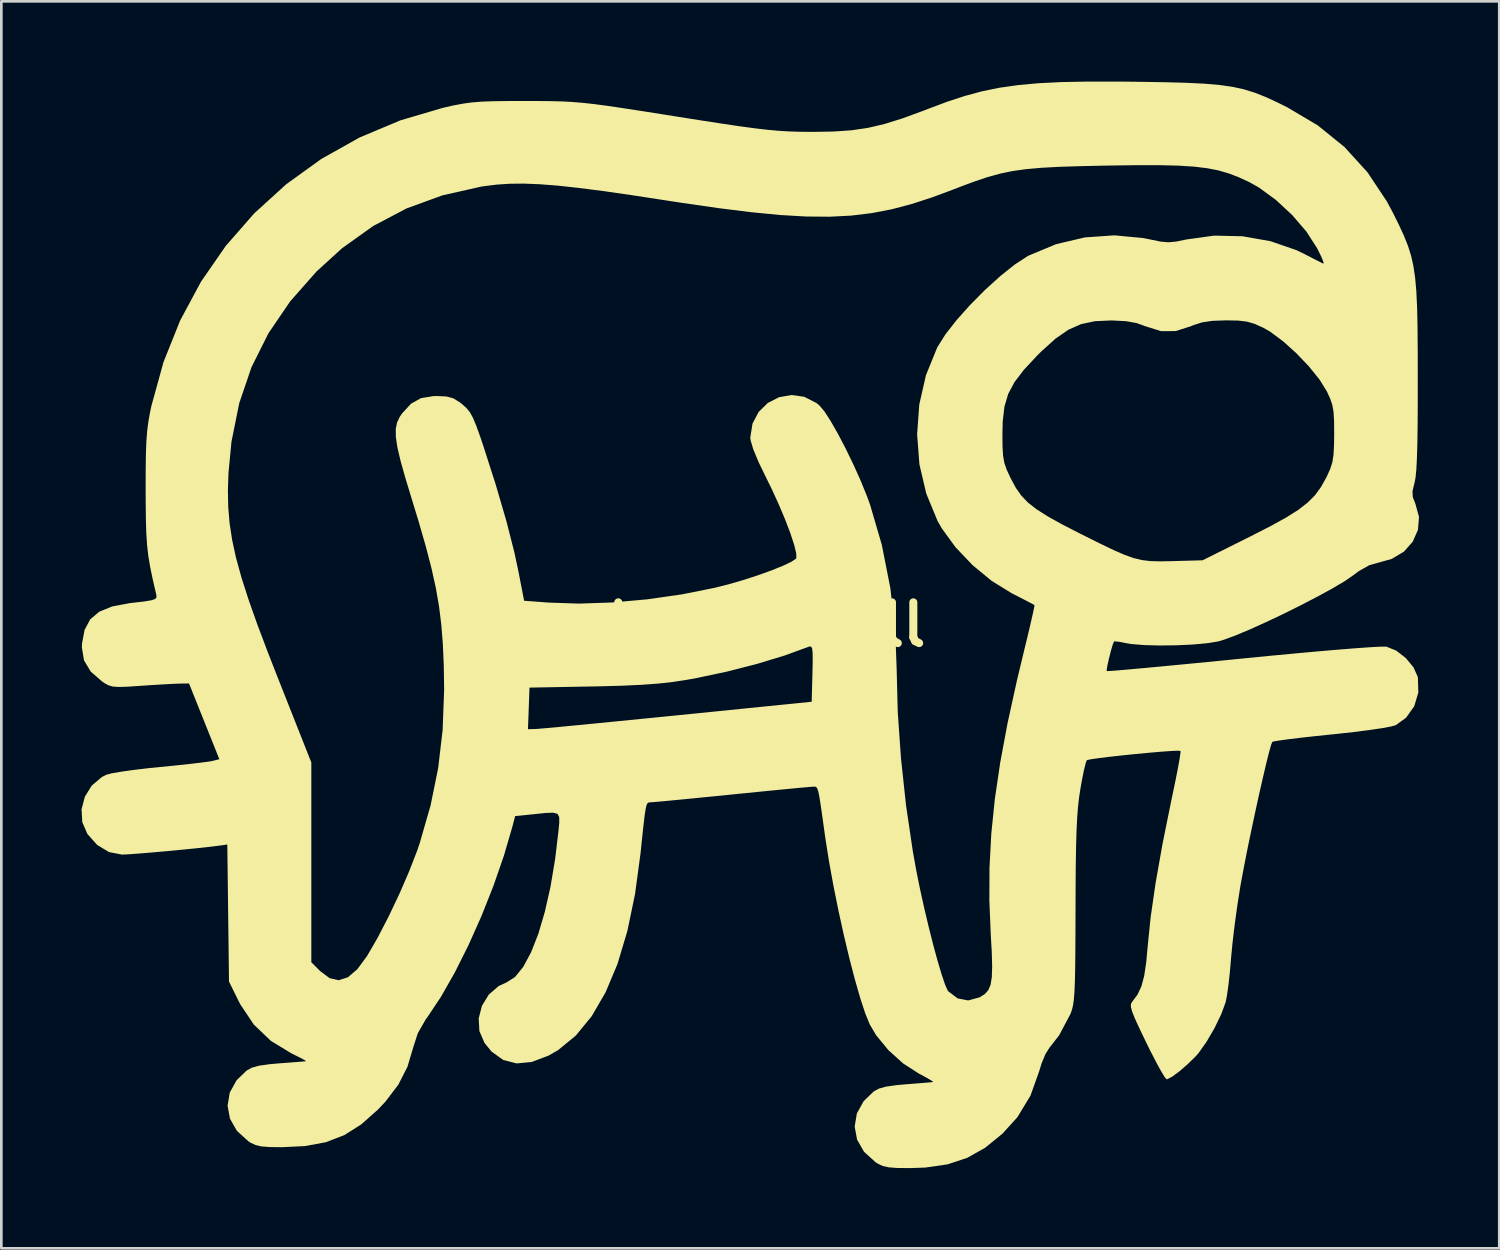
<source format=kicad_pcb>
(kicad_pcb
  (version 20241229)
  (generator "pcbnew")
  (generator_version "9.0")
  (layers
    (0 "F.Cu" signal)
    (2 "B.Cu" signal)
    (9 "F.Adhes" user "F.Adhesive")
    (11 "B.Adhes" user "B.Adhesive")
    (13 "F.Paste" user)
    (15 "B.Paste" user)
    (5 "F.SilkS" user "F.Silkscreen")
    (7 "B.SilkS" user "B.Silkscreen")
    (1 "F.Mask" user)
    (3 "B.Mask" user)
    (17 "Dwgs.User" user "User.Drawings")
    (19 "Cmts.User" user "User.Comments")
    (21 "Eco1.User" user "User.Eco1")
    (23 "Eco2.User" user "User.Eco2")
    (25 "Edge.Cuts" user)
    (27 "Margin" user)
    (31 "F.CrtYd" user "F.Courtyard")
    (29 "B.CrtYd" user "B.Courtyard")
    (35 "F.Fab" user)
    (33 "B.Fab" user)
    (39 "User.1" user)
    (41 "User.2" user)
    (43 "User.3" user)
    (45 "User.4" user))
  (footprint "sloth_small"
    (layer "F.Cu")
    (at 25.002 20.305)
    (property "Reference" "sloth_small" (at 0 0 0) (layer "F.SilkS") (effects (font (size 1.524 1.524) (thickness 0.3))))
    (attr board_only exclude_from_pos_files exclude_from_bom)
    (fp_poly (pts (xy 13.753 -20.305) (xy 14.507 -20.297) (xy 15.491 -20.281) (xy 16.307 -20.259) (xy 16.984 -20.226) (xy 17.549 -20.177) (xy 18.032 -20.108) (xy 18.46 -20.014) (xy 18.862 -19.89) (xy 19.264 -19.731) (xy 19.696 -19.532) (xy 20.076 -19.344) (xy 21.218 -18.667) (xy 22.217 -17.858) (xy 23.077 -16.913) (xy 23.799 -15.828) (xy 24.035 -15.387) (xy 24.257 -14.937) (xy 24.44 -14.54) (xy 24.588 -14.17) (xy 24.705 -13.802) (xy 24.793 -13.412) (xy 24.858 -12.974) (xy 24.903 -12.464) (xy 24.932 -11.857) (xy 24.948 -11.127) (xy 24.955 -10.25) (xy 24.957 -9.281) (xy 24.956 -8.258) (xy 24.951 -7.414) (xy 24.94 -6.733) (xy 24.924 -6.199) (xy 24.903 -5.796) (xy 24.874 -5.506) (xy 24.839 -5.315) (xy 24.832 -5.29) (xy 24.76 -4.994) (xy 24.769 -4.774) (xy 24.864 -4.526) (xy 24.867 -4.519) (xy 25.003 -4.029) (xy 24.964 -3.546) (xy 24.769 -3.102) (xy 24.437 -2.729) (xy 23.988 -2.459) (xy 23.557 -2.338) (xy 23.152 -2.226) (xy 22.755 -2.003) (xy 22.548 -1.849) (xy 22.239 -1.635) (xy 21.788 -1.367) (xy 21.232 -1.062) (xy 20.607 -0.737) (xy 19.948 -0.409) (xy 19.292 -0.098) (xy 18.674 0.181) (xy 18.13 0.409) (xy 17.697 0.568) (xy 17.49 0.628) (xy 17.072 0.695) (xy 16.532 0.744) (xy 15.924 0.772) (xy 15.306 0.779) (xy 14.732 0.764) (xy 14.258 0.726) (xy 14.022 0.687) (xy 13.772 0.638) (xy 13.618 0.625) (xy 13.6 0.63) (xy 13.553 0.743) (xy 13.485 0.972) (xy 13.414 1.252) (xy 13.355 1.515) (xy 13.326 1.695) (xy 13.329 1.736) (xy 13.43 1.733) (xy 13.707 1.713) (xy 14.142 1.675) (xy 14.717 1.623) (xy 15.414 1.558) (xy 16.213 1.482) (xy 17.098 1.396) (xy 18.049 1.302) (xy 18.408 1.266) (xy 19.431 1.165) (xy 20.39 1.075) (xy 21.267 0.995) (xy 22.044 0.929) (xy 22.701 0.877) (xy 23.222 0.841) (xy 23.587 0.822) (xy 23.779 0.823) (xy 23.791 0.825) (xy 24.155 0.973) (xy 24.51 1.249) (xy 24.797 1.595) (xy 24.957 1.954) (xy 24.962 1.979) (xy 24.978 2.537) (xy 24.825 3.049) (xy 24.521 3.478) (xy 24.139 3.756) (xy 23.963 3.807) (xy 23.623 3.87) (xy 23.148 3.94) (xy 22.57 4.014) (xy 21.918 4.086) (xy 21.733 4.105) (xy 21.105 4.17) (xy 20.544 4.233) (xy 20.078 4.29) (xy 19.736 4.338) (xy 19.546 4.372) (xy 19.519 4.382) (xy 19.472 4.5) (xy 19.393 4.781) (xy 19.289 5.198) (xy 19.166 5.721) (xy 19.029 6.323) (xy 18.886 6.976) (xy 18.742 7.651) (xy 18.603 8.32) (xy 18.477 8.955) (xy 18.369 9.528) (xy 18.317 9.818) (xy 18.215 10.466) (xy 18.117 11.176) (xy 18.034 11.866) (xy 17.977 12.455) (xy 17.973 12.505) (xy 17.929 13.014) (xy 17.876 13.49) (xy 17.821 13.878) (xy 17.773 14.117) (xy 17.606 14.571) (xy 17.356 15.086) (xy 17.064 15.588) (xy 16.769 16.006) (xy 16.651 16.143) (xy 16.35 16.437) (xy 16.046 16.7) (xy 15.781 16.896) (xy 15.596 16.994) (xy 15.566 16.998) (xy 15.493 16.915) (xy 15.354 16.685) (xy 15.165 16.338) (xy 14.942 15.905) (xy 14.806 15.628) (xy 14.554 15.104) (xy 14.38 14.726) (xy 14.276 14.465) (xy 14.23 14.293) (xy 14.234 14.181) (xy 14.278 14.1) (xy 14.288 14.089) (xy 14.48 13.829) (xy 14.623 13.524) (xy 14.727 13.136) (xy 14.804 12.626) (xy 14.858 12.032) (xy 14.969 10.938) (xy 15.154 9.664) (xy 15.411 8.209) (xy 15.742 6.573) (xy 15.786 6.365) (xy 15.897 5.833) (xy 15.988 5.37) (xy 16.053 5.009) (xy 16.086 4.783) (xy 16.085 4.721) (xy 15.976 4.713) (xy 15.712 4.725) (xy 15.33 4.753) (xy 14.869 4.793) (xy 14.367 4.841) (xy 13.862 4.893) (xy 13.393 4.945) (xy 12.999 4.995) (xy 12.716 5.036) (xy 12.585 5.067) (xy 12.581 5.07) (xy 12.538 5.186) (xy 12.473 5.453) (xy 12.398 5.827) (xy 12.34 6.156) (xy 12.291 6.48) (xy 12.252 6.828) (xy 12.222 7.225) (xy 12.199 7.696) (xy 12.182 8.267) (xy 12.17 8.963) (xy 12.164 9.807) (xy 12.161 10.648) (xy 12.158 11.575) (xy 12.153 12.327) (xy 12.146 12.927) (xy 12.135 13.396) (xy 12.119 13.755) (xy 12.097 14.025) (xy 12.068 14.229) (xy 12.031 14.387) (xy 11.985 14.522) (xy 11.971 14.556) (xy 11.548 15.353) (xy 11.18 15.826) (xy 11.039 16.051) (xy 10.897 16.388) (xy 10.803 16.694) (xy 10.477 17.608) (xy 9.986 18.417) (xy 9.432 19.029) (xy 8.78 19.559) (xy 8.108 19.937) (xy 7.376 20.179) (xy 6.541 20.299) (xy 5.949 20.319) (xy 5.491 20.314) (xy 5.176 20.29) (xy 4.952 20.24) (xy 4.768 20.153) (xy 4.682 20.098) (xy 4.252 19.708) (xy 3.993 19.254) (xy 3.903 18.766) (xy 3.985 18.275) (xy 4.24 17.815) (xy 4.615 17.453) (xy 4.808 17.347) (xy 5.083 17.271) (xy 5.483 17.215) (xy 5.836 17.184) (xy 6.247 17.152) (xy 6.58 17.125) (xy 6.79 17.106) (xy 6.838 17.1) (xy 6.785 17.053) (xy 6.597 16.942) (xy 6.315 16.791) (xy 6.31 16.789) (xy 5.716 16.406) (xy 5.162 15.907) (xy 4.704 15.349) (xy 4.467 14.947) (xy 4.3 14.538) (xy 4.112 13.966) (xy 3.91 13.263) (xy 3.701 12.458) (xy 3.492 11.583) (xy 3.292 10.668) (xy 3.106 9.743) (xy 2.942 8.841) (xy 2.808 7.99) (xy 2.79 7.864) (xy 2.702 7.232) (xy 2.636 6.767) (xy 2.585 6.445) (xy 2.543 6.238) (xy 2.505 6.122) (xy 2.463 6.07) (xy 2.413 6.057) (xy 2.365 6.057) (xy 2.228 6.067) (xy 1.923 6.094) (xy 1.475 6.136) (xy 0.91 6.191) (xy 0.253 6.256) (xy -0.469 6.328) (xy -0.684 6.35) (xy -1.42 6.424) (xy -2.097 6.491) (xy -2.691 6.549) (xy -3.175 6.595) (xy -3.523 6.627) (xy -3.71 6.642) (xy -3.731 6.643) (xy -3.791 6.646) (xy -3.839 6.672) (xy -3.878 6.746) (xy -3.913 6.894) (xy -3.951 7.141) (xy -3.994 7.512) (xy -4.05 8.033) (xy -4.103 8.548) (xy -4.31 10.082) (xy -4.598 11.463) (xy -4.965 12.687) (xy -5.41 13.747) (xy -5.93 14.641) (xy -6.523 15.364) (xy -7.186 15.909) (xy -7.541 16.113) (xy -8.171 16.351) (xy -8.737 16.405) (xy -9.239 16.275) (xy -9.676 15.96) (xy -9.938 15.638) (xy -10.128 15.196) (xy -10.154 14.719) (xy -10.033 14.251) (xy -9.78 13.835) (xy -9.41 13.514) (xy -9.117 13.378) (xy -8.798 13.177) (xy -8.489 12.795) (xy -8.196 12.251) (xy -7.924 11.558) (xy -7.68 10.733) (xy -7.468 9.792) (xy -7.294 8.751) (xy -7.175 7.742) (xy -7.142 7.411) (xy -7.143 7.196) (xy -7.207 7.075) (xy -7.366 7.03) (xy -7.652 7.041) (xy -8.097 7.087) (xy -8.192 7.097) (xy -8.792 7.159) (xy -8.897 7.561) (xy -9.214 8.646) (xy -9.605 9.772) (xy -10.052 10.899) (xy -10.539 11.99) (xy -11.049 13.008) (xy -11.564 13.913) (xy -12.068 14.669) (xy -12.137 14.762) (xy -12.43 15.274) (xy -12.593 15.777) (xy -12.818 16.53) (xy -13.156 17.196) (xy -13.638 17.83) (xy -13.919 18.129) (xy -14.542 18.682) (xy -15.175 19.084) (xy -15.861 19.349) (xy -16.64 19.495) (xy -17.497 19.537) (xy -17.955 19.532) (xy -18.271 19.509) (xy -18.494 19.458) (xy -18.678 19.372) (xy -18.765 19.316) (xy -19.194 18.927) (xy -19.454 18.472) (xy -19.543 17.984) (xy -19.461 17.494) (xy -19.206 17.034) (xy -18.831 16.672) (xy -18.638 16.566) (xy -18.363 16.489) (xy -17.963 16.433) (xy -17.61 16.402) (xy -17.199 16.371) (xy -16.866 16.345) (xy -16.656 16.328) (xy -16.608 16.323) (xy -16.663 16.281) (xy -16.854 16.179) (xy -17.14 16.038) (xy -17.145 16.036) (xy -17.922 15.564) (xy -18.561 14.954) (xy -19.063 14.204) (xy -19.122 14.09) (xy -19.49 13.346) (xy -19.553 8.221) (xy -19.863 8.264) (xy -20.212 8.307) (xy -20.678 8.358) (xy -21.217 8.412) (xy -21.785 8.466) (xy -22.339 8.515) (xy -22.834 8.556) (xy -23.228 8.585) (xy -23.476 8.597) (xy -23.493 8.597) (xy -23.977 8.503) (xy -24.423 8.233) (xy -24.787 7.823) (xy -24.976 7.381) (xy -25.002 6.902) (xy -24.879 6.432) (xy -24.62 6.015) (xy -24.241 5.695) (xy -24.076 5.611) (xy -23.882 5.56) (xy -23.532 5.499) (xy -23.064 5.433) (xy -22.519 5.368) (xy -22.073 5.323) (xy -21.498 5.266) (xy -20.975 5.21) (xy -20.542 5.159) (xy -20.236 5.119) (xy -20.11 5.096) (xy -19.851 5.031) (xy -20.418 3.615) (xy -20.985 2.198) (xy -21.361 2.205) (xy -21.615 2.215) (xy -22.005 2.236) (xy -22.47 2.265) (xy -22.811 2.288) (xy -23.286 2.32) (xy -23.611 2.33) (xy -23.832 2.315) (xy -23.994 2.269) (xy -24.143 2.188) (xy -24.225 2.133) (xy -24.659 1.756) (xy -24.911 1.337) (xy -24.991 0.852) (xy -24.985 0.704) (xy -24.889 0.195) (xy -24.681 -0.196) (xy -24.343 -0.483) (xy -23.856 -0.681) (xy -23.204 -0.804) (xy -23.102 -0.816) (xy -22.669 -0.866) (xy -22.397 -0.91) (xy -22.252 -0.959) (xy -22.2 -1.024) (xy -22.208 -1.118) (xy -22.208 -1.119) (xy -22.338 -1.678) (xy -22.435 -2.144) (xy -22.506 -2.563) (xy -22.553 -2.977) (xy -22.583 -3.432) (xy -22.598 -3.972) (xy -22.605 -4.64) (xy -22.606 -5.02) (xy -19.531 -5.02) (xy -19.519 -4.405) (xy -19.468 -3.796) (xy -19.373 -3.17) (xy -19.228 -2.503) (xy -19.027 -1.772) (xy -18.765 -0.953) (xy -18.436 -0.023) (xy -18.034 1.043) (xy -17.673 1.966) (xy -16.412 5.153) (xy -16.412 12.622) (xy -16.08 12.954) (xy -15.73 13.217) (xy -15.386 13.294) (xy -15.042 13.183) (xy -14.691 12.882) (xy -14.328 12.389) (xy -14.314 12.365) (xy -13.929 11.699) (xy -13.521 10.911) (xy -13.119 10.064) (xy -12.755 9.224) (xy -12.457 8.455) (xy -12.363 8.182) (xy -11.954 6.762) (xy -11.67 5.367) (xy -11.503 3.942) (xy -11.501 3.908) (xy -8.312 3.908) (xy -8.039 3.902) (xy -7.891 3.892) (xy -7.568 3.863) (xy -7.089 3.819) (xy -6.475 3.76) (xy -5.743 3.689) (xy -4.914 3.607) (xy -4.008 3.517) (xy -3.043 3.421) (xy -2.735 3.39) (xy 2.296 2.882) (xy 2.324 1.82) (xy 2.334 1.355) (xy 2.331 1.053) (xy 2.312 0.884) (xy 2.271 0.817) (xy 2.204 0.819) (xy 2.177 0.829) (xy 1.285 1.154) (xy 0.255 1.467) (xy -0.856 1.752) (xy -1.991 1.993) (xy -2.393 2.066) (xy -2.9 2.143) (xy -3.439 2.203) (xy -4.049 2.248) (xy -4.767 2.282) (xy -5.632 2.306) (xy -5.91 2.311) (xy -8.255 2.354) (xy -8.283 3.131) (xy -8.312 3.908) (xy -11.501 3.908) (xy -11.446 2.433) (xy -11.46 1.518) (xy -11.494 0.732) (xy -11.551 0.012) (xy -11.636 -0.678) (xy -11.757 -1.375) (xy -11.921 -2.116) (xy -12.135 -2.938) (xy -12.406 -3.877) (xy -12.662 -4.715) (xy -12.901 -5.501) (xy -13.077 -6.129) (xy -13.193 -6.623) (xy -13.251 -7.007) (xy -13.256 -7.308) (xy -13.209 -7.551) (xy -13.113 -7.759) (xy -13.022 -7.894) (xy -12.682 -8.263) (xy -12.309 -8.47) (xy -11.842 -8.546) (xy -11.725 -8.548) (xy -11.364 -8.532) (xy -11.107 -8.464) (xy -10.866 -8.316) (xy -10.78 -8.249) (xy -10.619 -8.107) (xy -10.488 -7.948) (xy -10.368 -7.732) (xy -10.239 -7.423) (xy -10.083 -6.984) (xy -9.987 -6.7) (xy -9.508 -5.207) (xy -9.119 -3.873) (xy -8.82 -2.701) (xy -8.668 -1.986) (xy -8.456 -0.894) (xy -7.525 -0.824) (xy -6.395 -0.787) (xy -5.15 -0.83) (xy -3.851 -0.947) (xy -2.558 -1.132) (xy -1.332 -1.378) (xy -0.812 -1.509) (xy -0.255 -1.67) (xy 0.291 -1.848) (xy 0.793 -2.028) (xy 1.219 -2.2) (xy 1.533 -2.348) (xy 1.703 -2.461) (xy 1.722 -2.488) (xy 1.718 -2.67) (xy 1.638 -2.995) (xy 1.494 -3.431) (xy 1.297 -3.948) (xy 1.058 -4.512) (xy 0.791 -5.094) (xy 0.617 -5.446) (xy 0.314 -6.071) (xy 0.111 -6.558) (xy 0.011 -6.897) (xy 0 -6.997) (xy 0.084 -7.52) (xy 0.314 -7.955) (xy 0.656 -8.289) (xy 1.077 -8.504) (xy 1.542 -8.586) (xy 2.019 -8.519) (xy 2.474 -8.286) (xy 2.582 -8.199) (xy 2.767 -7.98) (xy 3.005 -7.614) (xy 3.278 -7.135) (xy 3.569 -6.579) (xy 3.859 -5.98) (xy 4.131 -5.374) (xy 4.366 -4.795) (xy 4.479 -4.486) (xy 4.919 -2.981) (xy 5.236 -1.372) (xy 5.423 0.286) (xy 5.472 1.632) (xy 5.514 3.267) (xy 5.635 5.003) (xy 5.825 6.767) (xy 6.079 8.483) (xy 6.214 9.232) (xy 6.353 9.916) (xy 6.509 10.621) (xy 6.675 11.319) (xy 6.842 11.98) (xy 7.005 12.575) (xy 7.154 13.076) (xy 7.281 13.452) (xy 7.38 13.676) (xy 7.404 13.71) (xy 7.754 13.974) (xy 8.15 14.05) (xy 8.57 13.935) (xy 8.588 13.926) (xy 8.767 13.813) (xy 8.897 13.669) (xy 8.984 13.466) (xy 9.031 13.177) (xy 9.044 12.772) (xy 9.028 12.226) (xy 8.992 11.601) (xy 8.939 10.33) (xy 8.944 9.08) (xy 9.011 7.819) (xy 9.144 6.519) (xy 9.346 5.15) (xy 9.62 3.68) (xy 9.971 2.082) (xy 10.222 1.036) (xy 10.357 0.482) (xy 10.471 -0.001) (xy 10.559 -0.385) (xy 10.613 -0.639) (xy 10.626 -0.733) (xy 10.533 -0.783) (xy 10.306 -0.902) (xy 9.983 -1.068) (xy 9.769 -1.177) (xy 9.026 -1.636) (xy 8.311 -2.225) (xy 7.673 -2.895) (xy 7.16 -3.601) (xy 7.002 -3.878) (xy 6.58 -4.9) (xy 6.325 -5.988) (xy 6.238 -7.11) (xy 6.239 -7.129) (xy 9.427 -7.129) (xy 9.431 -6.655) (xy 9.452 -6.315) (xy 9.499 -6.049) (xy 9.586 -5.797) (xy 9.724 -5.499) (xy 9.75 -5.447) (xy 9.93 -5.114) (xy 10.13 -4.829) (xy 10.377 -4.57) (xy 10.697 -4.318) (xy 11.116 -4.051) (xy 11.66 -3.749) (xy 12.355 -3.392) (xy 12.407 -3.366) (xy 13.063 -3.039) (xy 13.579 -2.791) (xy 13.992 -2.611) (xy 14.336 -2.488) (xy 14.646 -2.414) (xy 14.957 -2.377) (xy 15.305 -2.367) (xy 15.725 -2.374) (xy 15.807 -2.376) (xy 16.911 -2.406) (xy 18.695 -3.297) (xy 19.438 -3.676) (xy 20.026 -4) (xy 20.485 -4.289) (xy 20.839 -4.563) (xy 21.115 -4.841) (xy 21.337 -5.144) (xy 21.532 -5.492) (xy 21.559 -5.547) (xy 21.683 -5.82) (xy 21.762 -6.068) (xy 21.806 -6.347) (xy 21.826 -6.717) (xy 21.831 -7.126) (xy 21.828 -7.608) (xy 21.808 -7.952) (xy 21.761 -8.216) (xy 21.678 -8.46) (xy 21.557 -8.722) (xy 21.282 -9.165) (xy 20.885 -9.657) (xy 20.413 -10.152) (xy 19.914 -10.6) (xy 19.435 -10.955) (xy 19.175 -11.104) (xy 18.855 -11.247) (xy 18.571 -11.33) (xy 18.246 -11.369) (xy 17.806 -11.377) (xy 17.78 -11.377) (xy 17.275 -11.359) (xy 16.892 -11.302) (xy 16.56 -11.195) (xy 16.473 -11.157) (xy 15.902 -10.976) (xy 15.356 -10.974) (xy 14.786 -11.153) (xy 14.784 -11.153) (xy 14.441 -11.277) (xy 14.052 -11.346) (xy 13.549 -11.372) (xy 13.482 -11.373) (xy 12.886 -11.346) (xy 12.371 -11.237) (xy 11.895 -11.027) (xy 11.415 -10.696) (xy 10.89 -10.223) (xy 10.722 -10.056) (xy 10.231 -9.529) (xy 9.878 -9.068) (xy 9.643 -8.626) (xy 9.503 -8.154) (xy 9.439 -7.606) (xy 9.427 -7.129) (xy 6.239 -7.129) (xy 6.319 -8.233) (xy 6.567 -9.323) (xy 6.983 -10.348) (xy 7.002 -10.385) (xy 7.295 -10.852) (xy 7.714 -11.388) (xy 8.221 -11.955) (xy 8.778 -12.516) (xy 9.346 -13.031) (xy 9.888 -13.464) (xy 10.367 -13.776) (xy 10.424 -13.806) (xy 11.438 -14.227) (xy 12.513 -14.479) (xy 13.61 -14.556) (xy 14.692 -14.455) (xy 14.952 -14.402) (xy 15.339 -14.322) (xy 15.632 -14.296) (xy 15.926 -14.323) (xy 16.309 -14.402) (xy 17.341 -14.545) (xy 18.401 -14.522) (xy 19.443 -14.339) (xy 20.418 -14.003) (xy 20.725 -13.855) (xy 21.043 -13.69) (xy 21.295 -13.562) (xy 21.428 -13.496) (xy 21.431 -13.494) (xy 21.432 -13.554) (xy 21.355 -13.746) (xy 21.216 -14.031) (xy 21.19 -14.08) (xy 20.793 -14.696) (xy 20.262 -15.314) (xy 19.651 -15.881) (xy 19.016 -16.345) (xy 18.659 -16.545) (xy 18.272 -16.724) (xy 17.896 -16.869) (xy 17.508 -16.982) (xy 17.081 -17.066) (xy 16.589 -17.125) (xy 16.008 -17.162) (xy 15.311 -17.179) (xy 14.474 -17.179) (xy 13.47 -17.166) (xy 13.335 -17.164) (xy 12.363 -17.143) (xy 11.555 -17.118) (xy 10.88 -17.081) (xy 10.306 -17.03) (xy 9.803 -16.959) (xy 9.339 -16.863) (xy 8.882 -16.737) (xy 8.402 -16.577) (xy 7.868 -16.378) (xy 7.62 -16.281) (xy 6.805 -15.978) (xy 6.036 -15.728) (xy 5.29 -15.531) (xy 4.544 -15.387) (xy 3.777 -15.294) (xy 2.964 -15.252) (xy 2.085 -15.26) (xy 1.115 -15.316) (xy 0.033 -15.421) (xy -1.184 -15.573) (xy -2.558 -15.771) (xy -3.224 -15.873) (xy -4.453 -16.061) (xy -5.512 -16.213) (xy -6.422 -16.33) (xy -7.204 -16.415) (xy -7.88 -16.467) (xy -8.471 -16.49) (xy -8.997 -16.485) (xy -9.482 -16.453) (xy -9.945 -16.395) (xy -10.063 -16.377) (xy -11.51 -16.051) (xy -12.852 -15.562) (xy -14.099 -14.905) (xy -15.263 -14.074) (xy -16.22 -13.202) (xy -17.208 -12.08) (xy -18.016 -10.892) (xy -18.648 -9.629) (xy -19.107 -8.281) (xy -19.398 -6.839) (xy -19.51 -5.666) (xy -19.531 -5.02) (xy -22.606 -5.02) (xy -22.606 -5.031) (xy -22.605 -5.778) (xy -22.597 -6.367) (xy -22.58 -6.838) (xy -22.551 -7.228) (xy -22.507 -7.576) (xy -22.446 -7.92) (xy -22.392 -8.176) (xy -21.938 -9.82) (xy -21.317 -11.371) (xy -20.538 -12.821) (xy -19.612 -14.159) (xy -18.547 -15.377) (xy -17.352 -16.465) (xy -16.037 -17.413) (xy -14.609 -18.214) (xy -13.079 -18.856) (xy -11.501 -19.321) (xy -11.106 -19.411) (xy -10.761 -19.477) (xy -10.425 -19.524) (xy -10.056 -19.554) (xy -9.613 -19.571) (xy -9.055 -19.578) (xy -8.402 -19.579) (xy -7.879 -19.578) (xy -7.433 -19.573) (xy -7.033 -19.563) (xy -6.652 -19.542) (xy -6.26 -19.51) (xy -5.829 -19.462) (xy -5.331 -19.396) (xy -4.736 -19.308) (xy -4.015 -19.197) (xy -3.141 -19.059) (xy -2.784 -19.002) (xy -1.821 -18.85) (xy -1.024 -18.727) (xy -0.365 -18.63) (xy 0.183 -18.556) (xy 0.648 -18.502) (xy 1.057 -18.465) (xy 1.436 -18.442) (xy 1.814 -18.429) (xy 2.217 -18.425) (xy 2.345 -18.424) (xy 3.113 -18.437) (xy 3.78 -18.483) (xy 4.399 -18.574) (xy 5.021 -18.72) (xy 5.699 -18.932) (xy 6.485 -19.22) (xy 6.704 -19.305) (xy 7.386 -19.56) (xy 8.03 -19.77) (xy 8.664 -19.941) (xy 9.313 -20.074) (xy 10.006 -20.173) (xy 10.769 -20.243) (xy 11.63 -20.286) (xy 12.616 -20.305)) (stroke (width 0) (type solid)) (fill yes) (layer "F.SilkS")))
  (gr_rect
    (start -3 -3)
    (end 53.005 43.624)
    (stroke (width 0.1) (type default))
    (fill no)
    (layer "Edge.Cuts")))
</source>
